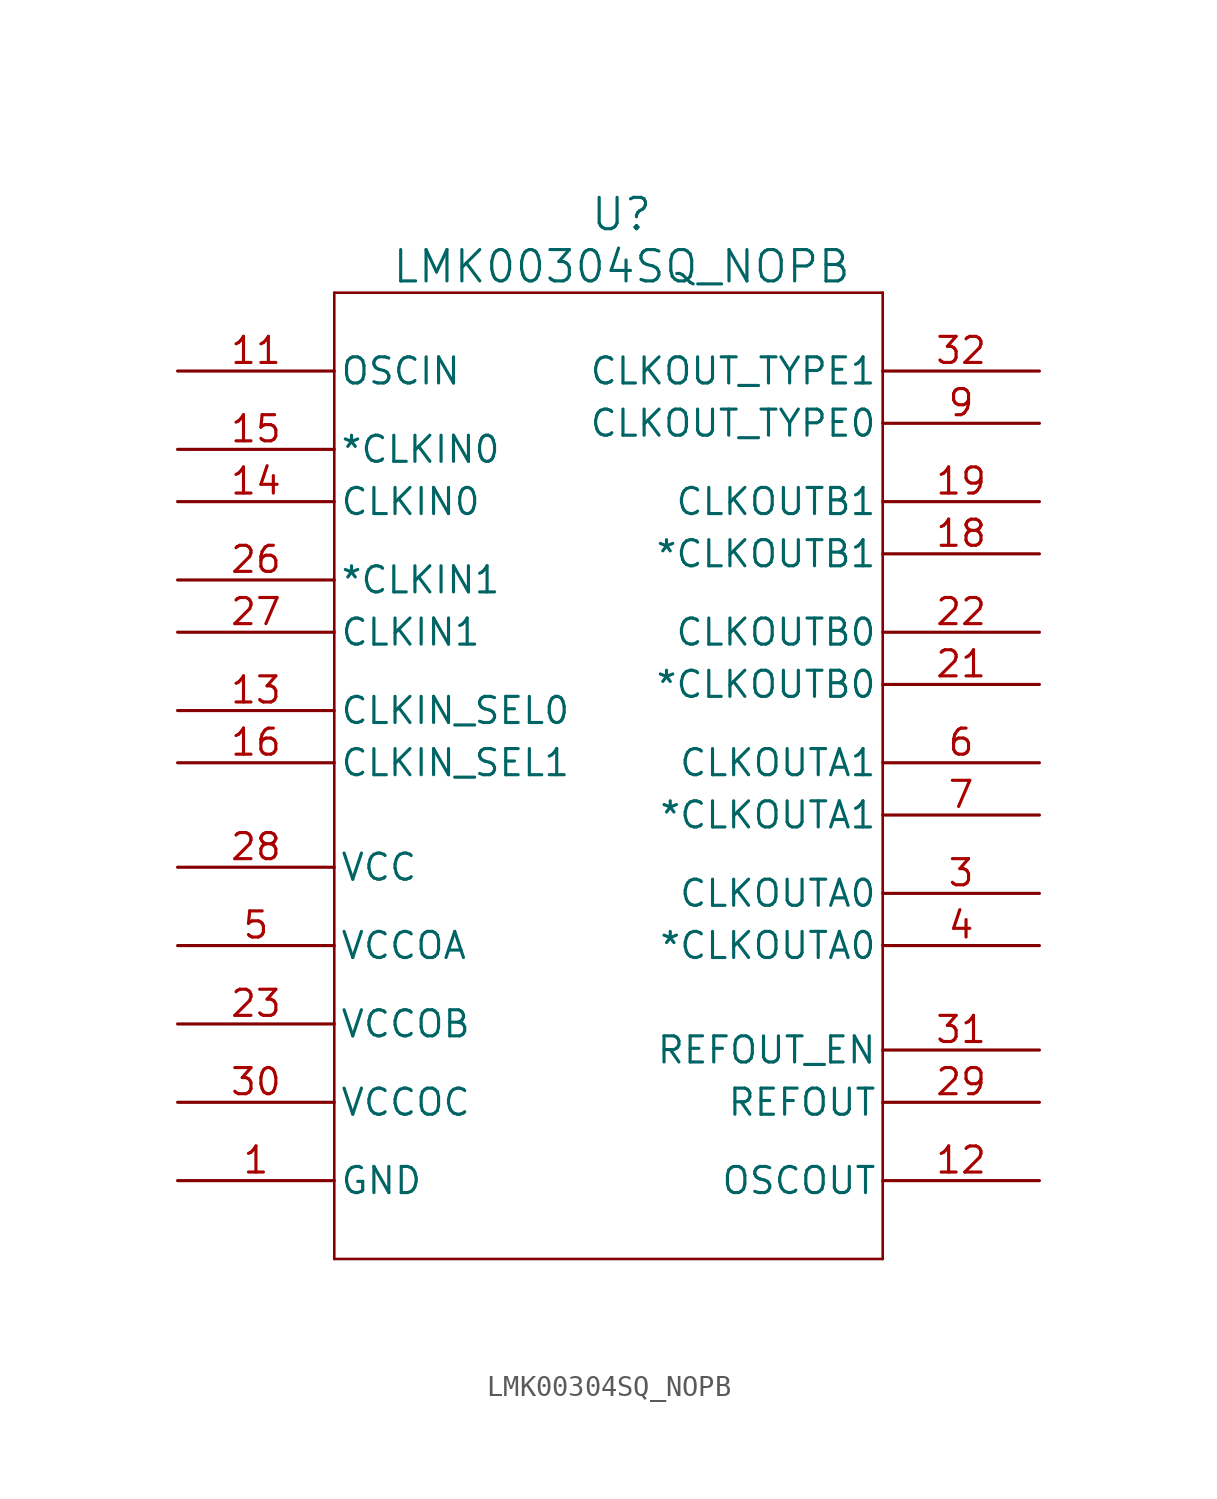
<source format=kicad_sym>
(kicad_symbol_lib
  (version 20211014)
  (generator kicad_symbol_editor)
  (symbol "LMK00304SQ_NOPB"
    (pin_names
      (offset 0.254))
    (property "Reference" "U"
      (at 21.59 7.62 0)
      (effects (font (size 1.524 1.524))))
    (property "Value" "LMK00304SQ_NOPB"
      (at 21.59 5.08 0)
      (effects (font (size 1.524 1.524))))
    (symbol "LMK00304SQ_NOPB_0_1"
      (polyline (pts (xy 7.62 -43.18) (xy 34.29 -43.18)) (stroke (width 0.127) (type default) (color 0 0 0 0)) (fill (type none)))
      (polyline (pts (xy 7.62 3.81) (xy 7.62 -43.18)) (stroke (width 0.127) (type default) (color 0 0 0 0)) (fill (type none)))
      (polyline (pts (xy 34.29 -43.18) (xy 34.29 3.81)) (stroke (width 0.127) (type default) (color 0 0 0 0)) (fill (type none)))
      (polyline (pts (xy 34.29 3.81) (xy 7.62 3.81)) (stroke (width 0.127) (type default) (color 0 0 0 0)) (fill (type none)))
      (pin power_in line (at 0 -39.37 0) (length 7.62) (name "GND" (effects (font (size 1.27 1.27)))) (number "1" (effects (font (size 1.27 1.27)))))
      (pin passive line (at 0 -24.13 0) (length 7.62) hide (name "VCC" (effects (font (size 1.27 1.27)))) (number "10" (effects (font (size 1.27 1.27)))))
      (pin input line (at 0 0 0) (length 7.62) (name "OSCIN" (effects (font (size 1.27 1.27)))) (number "11" (effects (font (size 1.27 1.27)))))
      (pin output line (at 41.91 -39.37 180) (length 7.62) (name "OSCOUT" (effects (font (size 1.27 1.27)))) (number "12" (effects (font (size 1.27 1.27)))))
      (pin input line (at 0 -16.51 0) (length 7.62) (name "CLKIN_SEL0" (effects (font (size 1.27 1.27)))) (number "13" (effects (font (size 1.27 1.27)))))
      (pin input line (at 0 -6.35 0) (length 7.62) (name "CLKIN0" (effects (font (size 1.27 1.27)))) (number "14" (effects (font (size 1.27 1.27)))))
      (pin input line (at 0 -3.81 0) (length 7.62) (name "*CLKIN0" (effects (font (size 1.27 1.27)))) (number "15" (effects (font (size 1.27 1.27)))))
      (pin input line (at 0 -19.05 0) (length 7.62) (name "CLKIN_SEL1" (effects (font (size 1.27 1.27)))) (number "16" (effects (font (size 1.27 1.27)))))
      (pin passive line (at 0 -39.37 0) (length 7.62) hide (name "GND" (effects (font (size 1.27 1.27)))) (number "17" (effects (font (size 1.27 1.27)))))
      (pin output line (at 41.91 -8.89 180) (length 7.62) (name "*CLKOUTB1" (effects (font (size 1.27 1.27)))) (number "18" (effects (font (size 1.27 1.27)))))
      (pin output line (at 41.91 -6.35 180) (length 7.62) (name "CLKOUTB1" (effects (font (size 1.27 1.27)))) (number "19" (effects (font (size 1.27 1.27)))))
      (pin passive line (at 0 -27.94 0) (length 7.62) hide (name "VCCOA" (effects (font (size 1.27 1.27)))) (number "2" (effects (font (size 1.27 1.27)))))
      (pin passive line (at 0 -31.75 0) (length 7.62) hide (name "VCCOB" (effects (font (size 1.27 1.27)))) (number "20" (effects (font (size 1.27 1.27)))))
      (pin output line (at 41.91 -15.24 180) (length 7.62) (name "*CLKOUTB0" (effects (font (size 1.27 1.27)))) (number "21" (effects (font (size 1.27 1.27)))))
      (pin output line (at 41.91 -12.7 180) (length 7.62) (name "CLKOUTB0" (effects (font (size 1.27 1.27)))) (number "22" (effects (font (size 1.27 1.27)))))
      (pin power_in line (at 0 -31.75 0) (length 7.62) (name "VCCOB" (effects (font (size 1.27 1.27)))) (number "23" (effects (font (size 1.27 1.27)))))
      (pin passive line (at 0 -39.37 0) (length 7.62) hide (name "GND" (effects (font (size 1.27 1.27)))) (number "24" (effects (font (size 1.27 1.27)))))
      (pin no_connect line (at 0 -36.83 0) (length 7.62) hide (name "NC" (effects (font (size 1.27 1.27)))) (number "25" (effects (font (size 1.27 1.27)))))
      (pin input line (at 0 -10.16 0) (length 7.62) (name "*CLKIN1" (effects (font (size 1.27 1.27)))) (number "26" (effects (font (size 1.27 1.27)))))
      (pin input line (at 0 -12.7 0) (length 7.62) (name "CLKIN1" (effects (font (size 1.27 1.27)))) (number "27" (effects (font (size 1.27 1.27)))))
      (pin power_in line (at 0 -24.13 0) (length 7.62) (name "VCC" (effects (font (size 1.27 1.27)))) (number "28" (effects (font (size 1.27 1.27)))))
      (pin output line (at 41.91 -35.56 180) (length 7.62) (name "REFOUT" (effects (font (size 1.27 1.27)))) (number "29" (effects (font (size 1.27 1.27)))))
      (pin output line (at 41.91 -25.4 180) (length 7.62) (name "CLKOUTA0" (effects (font (size 1.27 1.27)))) (number "3" (effects (font (size 1.27 1.27)))))
      (pin power_in line (at 0 -35.56 0) (length 7.62) (name "VCCOC" (effects (font (size 1.27 1.27)))) (number "30" (effects (font (size 1.27 1.27)))))
      (pin input line (at 41.91 -33.02 180) (length 7.62) (name "REFOUT_EN" (effects (font (size 1.27 1.27)))) (number "31" (effects (font (size 1.27 1.27)))))
      (pin input line (at 41.91 0 180) (length 7.62) (name "CLKOUT_TYPE1" (effects (font (size 1.27 1.27)))) (number "32" (effects (font (size 1.27 1.27)))))
      (pin passive line (at 0 -39.37 0) (length 7.62) hide (name "EPAD" (effects (font (size 1.27 1.27)))) (number "33" (effects (font (size 1.27 1.27)))))
      (pin output line (at 41.91 -27.94 180) (length 7.62) (name "*CLKOUTA0" (effects (font (size 1.27 1.27)))) (number "4" (effects (font (size 1.27 1.27)))))
      (pin power_in line (at 0 -27.94 0) (length 7.62) (name "VCCOA" (effects (font (size 1.27 1.27)))) (number "5" (effects (font (size 1.27 1.27)))))
      (pin output line (at 41.91 -19.05 180) (length 7.62) (name "CLKOUTA1" (effects (font (size 1.27 1.27)))) (number "6" (effects (font (size 1.27 1.27)))))
      (pin output line (at 41.91 -21.59 180) (length 7.62) (name "*CLKOUTA1" (effects (font (size 1.27 1.27)))) (number "7" (effects (font (size 1.27 1.27)))))
      (pin passive line (at 0 -39.37 0) (length 7.62) hide (name "GND" (effects (font (size 1.27 1.27)))) (number "8" (effects (font (size 1.27 1.27)))))
      (pin input line (at 41.91 -2.54 180) (length 7.62) (name "CLKOUT_TYPE0" (effects (font (size 1.27 1.27)))) (number "9" (effects (font (size 1.27 1.27))))))))
</source>
